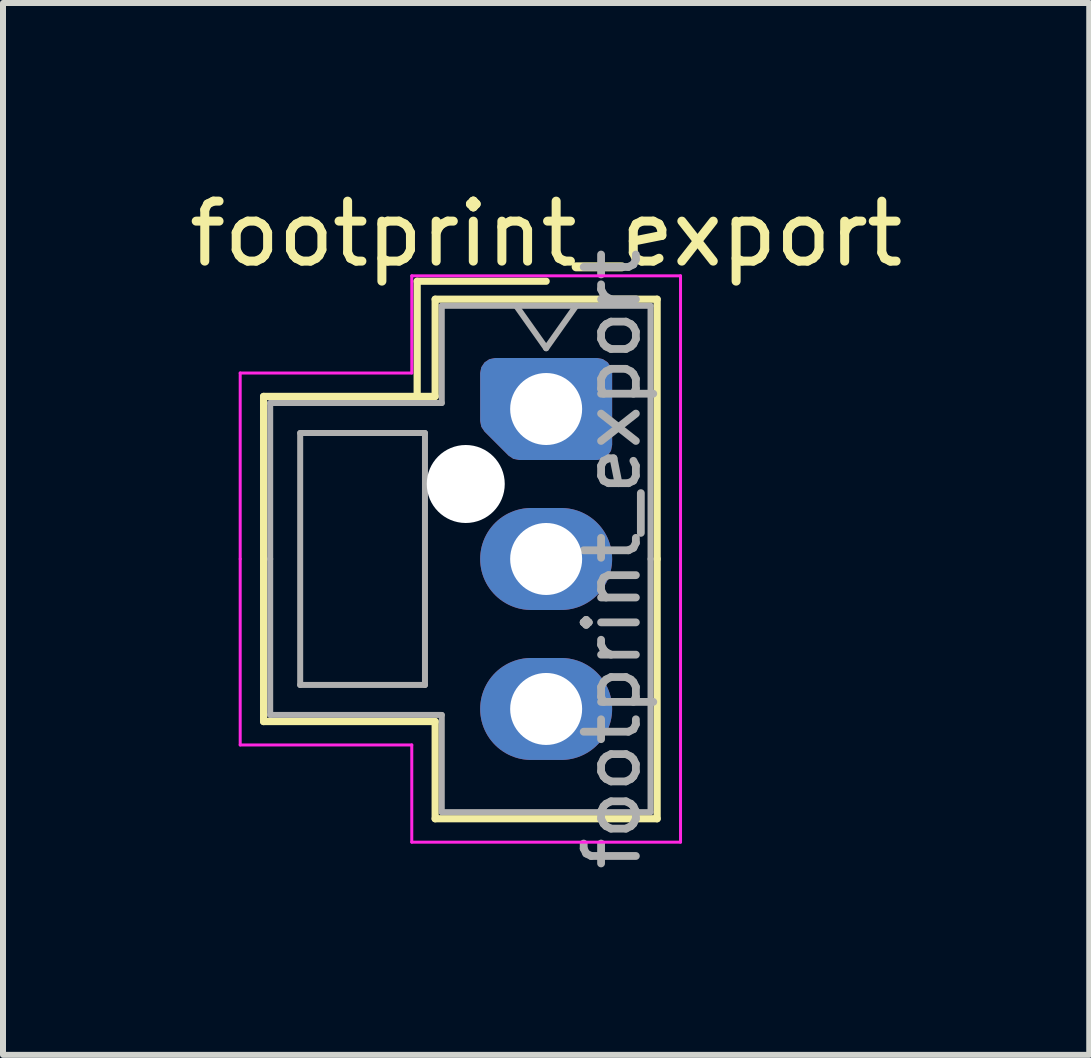
<source format=kicad_pcb>
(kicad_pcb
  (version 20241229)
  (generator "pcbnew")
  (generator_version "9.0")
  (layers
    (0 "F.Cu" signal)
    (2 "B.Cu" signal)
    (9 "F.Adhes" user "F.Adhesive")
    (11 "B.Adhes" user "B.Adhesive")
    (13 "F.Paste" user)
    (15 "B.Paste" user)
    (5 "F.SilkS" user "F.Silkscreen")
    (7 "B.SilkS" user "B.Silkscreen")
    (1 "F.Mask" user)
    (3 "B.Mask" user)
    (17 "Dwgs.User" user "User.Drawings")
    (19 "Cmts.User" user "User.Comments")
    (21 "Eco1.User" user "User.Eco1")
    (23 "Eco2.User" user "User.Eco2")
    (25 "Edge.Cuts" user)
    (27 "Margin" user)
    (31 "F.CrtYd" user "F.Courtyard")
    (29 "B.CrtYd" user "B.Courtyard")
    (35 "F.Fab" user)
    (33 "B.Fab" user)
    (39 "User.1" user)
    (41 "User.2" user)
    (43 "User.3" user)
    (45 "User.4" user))
  (footprint "footprint_export"
    (layer "F.Cu")
    (at 6.054 3.768)
    (property "Reference" "footprint_export" (at 0 -2.92 0) (layer "F.SilkS") (effects (font (size 1 1) (thickness 0.15))))
    (attr through_hole)
    (fp_line (start -4.71 -0.21) (end -4.71 2.5) (stroke (width 0.12) (type solid)) (layer "F.SilkS"))
    (fp_line (start -4.71 5.21) (end -4.71 2.5) (stroke (width 0.12) (type solid)) (layer "F.SilkS"))
    (fp_line (start -2.15 -2.13) (end -2.15 -0.21) (stroke (width 0.12) (type solid)) (layer "F.SilkS"))
    (fp_line (start -1.85 -1.83) (end -1.85 -0.21) (stroke (width 0.12) (type solid)) (layer "F.SilkS"))
    (fp_line (start -1.85 -0.21) (end -4.71 -0.21) (stroke (width 0.12) (type solid)) (layer "F.SilkS"))
    (fp_line (start -1.85 5.21) (end -4.71 5.21) (stroke (width 0.12) (type solid)) (layer "F.SilkS"))
    (fp_line (start -1.85 6.83) (end -1.85 5.21) (stroke (width 0.12) (type solid)) (layer "F.SilkS"))
    (fp_line (start 0 -2.13) (end -2.15 -2.13) (stroke (width 0.12) (type solid)) (layer "F.SilkS"))
    (fp_line (start 1.85 -1.83) (end -1.85 -1.83) (stroke (width 0.12) (type solid)) (layer "F.SilkS"))
    (fp_line (start 1.85 2.5) (end 1.85 -1.83) (stroke (width 0.12) (type solid)) (layer "F.SilkS"))
    (fp_line (start 1.85 2.5) (end 1.85 6.83) (stroke (width 0.12) (type solid)) (layer "F.SilkS"))
    (fp_line (start 1.85 6.83) (end -1.85 6.83) (stroke (width 0.12) (type solid)) (layer "F.SilkS"))
    (fp_line (start -5.1 -0.6) (end -5.1 2.5) (stroke (width 0.05) (type solid)) (layer "F.CrtYd"))
    (fp_line (start -5.1 5.6) (end -5.1 2.5) (stroke (width 0.05) (type solid)) (layer "F.CrtYd"))
    (fp_line (start -2.24 -2.22) (end -2.24 -0.6) (stroke (width 0.05) (type solid)) (layer "F.CrtYd"))
    (fp_line (start -2.24 -0.6) (end -5.1 -0.6) (stroke (width 0.05) (type solid)) (layer "F.CrtYd"))
    (fp_line (start -2.24 5.6) (end -5.1 5.6) (stroke (width 0.05) (type solid)) (layer "F.CrtYd"))
    (fp_line (start -2.24 7.22) (end -2.24 5.6) (stroke (width 0.05) (type solid)) (layer "F.CrtYd"))
    (fp_line (start 2.24 -2.22) (end -2.24 -2.22) (stroke (width 0.05) (type solid)) (layer "F.CrtYd"))
    (fp_line (start 2.24 2.5) (end 2.24 -2.22) (stroke (width 0.05) (type solid)) (layer "F.CrtYd"))
    (fp_line (start 2.24 2.5) (end 2.24 7.22) (stroke (width 0.05) (type solid)) (layer "F.CrtYd"))
    (fp_line (start 2.24 7.22) (end -2.24 7.22) (stroke (width 0.05) (type solid)) (layer "F.CrtYd"))
    (fp_line (start -4.6 -0.1) (end -4.6 2.5) (stroke (width 0.1) (type solid)) (layer "F.Fab"))
    (fp_line (start -4.6 5.1) (end -4.6 2.5) (stroke (width 0.1) (type solid)) (layer "F.Fab"))
    (fp_line (start -4.1 0.4) (end -4.1 4.6) (stroke (width 0.1) (type solid)) (layer "F.Fab"))
    (fp_line (start -4.1 4.6) (end -2.02 4.6) (stroke (width 0.1) (type solid)) (layer "F.Fab"))
    (fp_line (start -2.02 0.4) (end -4.1 0.4) (stroke (width 0.1) (type solid)) (layer "F.Fab"))
    (fp_line (start -2.02 4.6) (end -2.02 0.4) (stroke (width 0.1) (type solid)) (layer "F.Fab"))
    (fp_line (start -1.74 -1.72) (end -1.74 -0.1) (stroke (width 0.1) (type solid)) (layer "F.Fab"))
    (fp_line (start -1.74 -0.1) (end -4.6 -0.1) (stroke (width 0.1) (type solid)) (layer "F.Fab"))
    (fp_line (start -1.74 5.1) (end -4.6 5.1) (stroke (width 0.1) (type solid)) (layer "F.Fab"))
    (fp_line (start -1.74 6.72) (end -1.74 5.1) (stroke (width 0.1) (type solid)) (layer "F.Fab"))
    (fp_line (start -0.5 -1.72) (end 0 -1.013) (stroke (width 0.1) (type solid)) (layer "F.Fab"))
    (fp_line (start 0 -1.013) (end 0.5 -1.72) (stroke (width 0.1) (type solid)) (layer "F.Fab"))
    (fp_line (start 1.74 -1.72) (end -1.74 -1.72) (stroke (width 0.1) (type solid)) (layer "F.Fab"))
    (fp_line (start 1.74 2.5) (end 1.74 -1.72) (stroke (width 0.1) (type solid)) (layer "F.Fab"))
    (fp_line (start 1.74 2.5) (end 1.74 6.72) (stroke (width 0.1) (type solid)) (layer "F.Fab"))
    (fp_line (start 1.74 6.72) (end -1.74 6.72) (stroke (width 0.1) (type solid)) (layer "F.Fab"))
    (fp_text user "${REFERENCE}" (at 1.1 2.5 90) (layer "F.Fab") (effects (font (size 0.87 0.87) (thickness 0.13))))
    (pad "" np_thru_hole circle (at -1.34 1.25) (size 1.3 1.3) (drill 1.3) (layers "*.Cu" "*.Mask"))
    (pad "1" thru_hole custom (at 0 0) (size 1.417 1.417) (drill 1.2) (layers "*.Cu" "*.Mask") (options (anchor circle)) (primitives (gr_poly (pts (xy 0.85 0.6) (xy -0.45 0.6) (xy -0.85 0.2) (xy -0.85 -0.6) (xy 0.85 -0.6)) (width 0.5) (fill yes))))
    (pad "2" thru_hole oval (at 0 2.5) (size 2.2 1.7) (drill 1.2) (layers "*.Cu" "*.Mask"))
    (pad "3" thru_hole oval (at 0 5) (size 2.2 1.7) (drill 1.2) (layers "*.Cu" "*.Mask")))
  (gr_rect
    (start -3 -3)
    (end 15.107 14.534)
    (stroke (width 0.1) (type default))
    (fill no)
    (layer "Edge.Cuts")))
</source>
